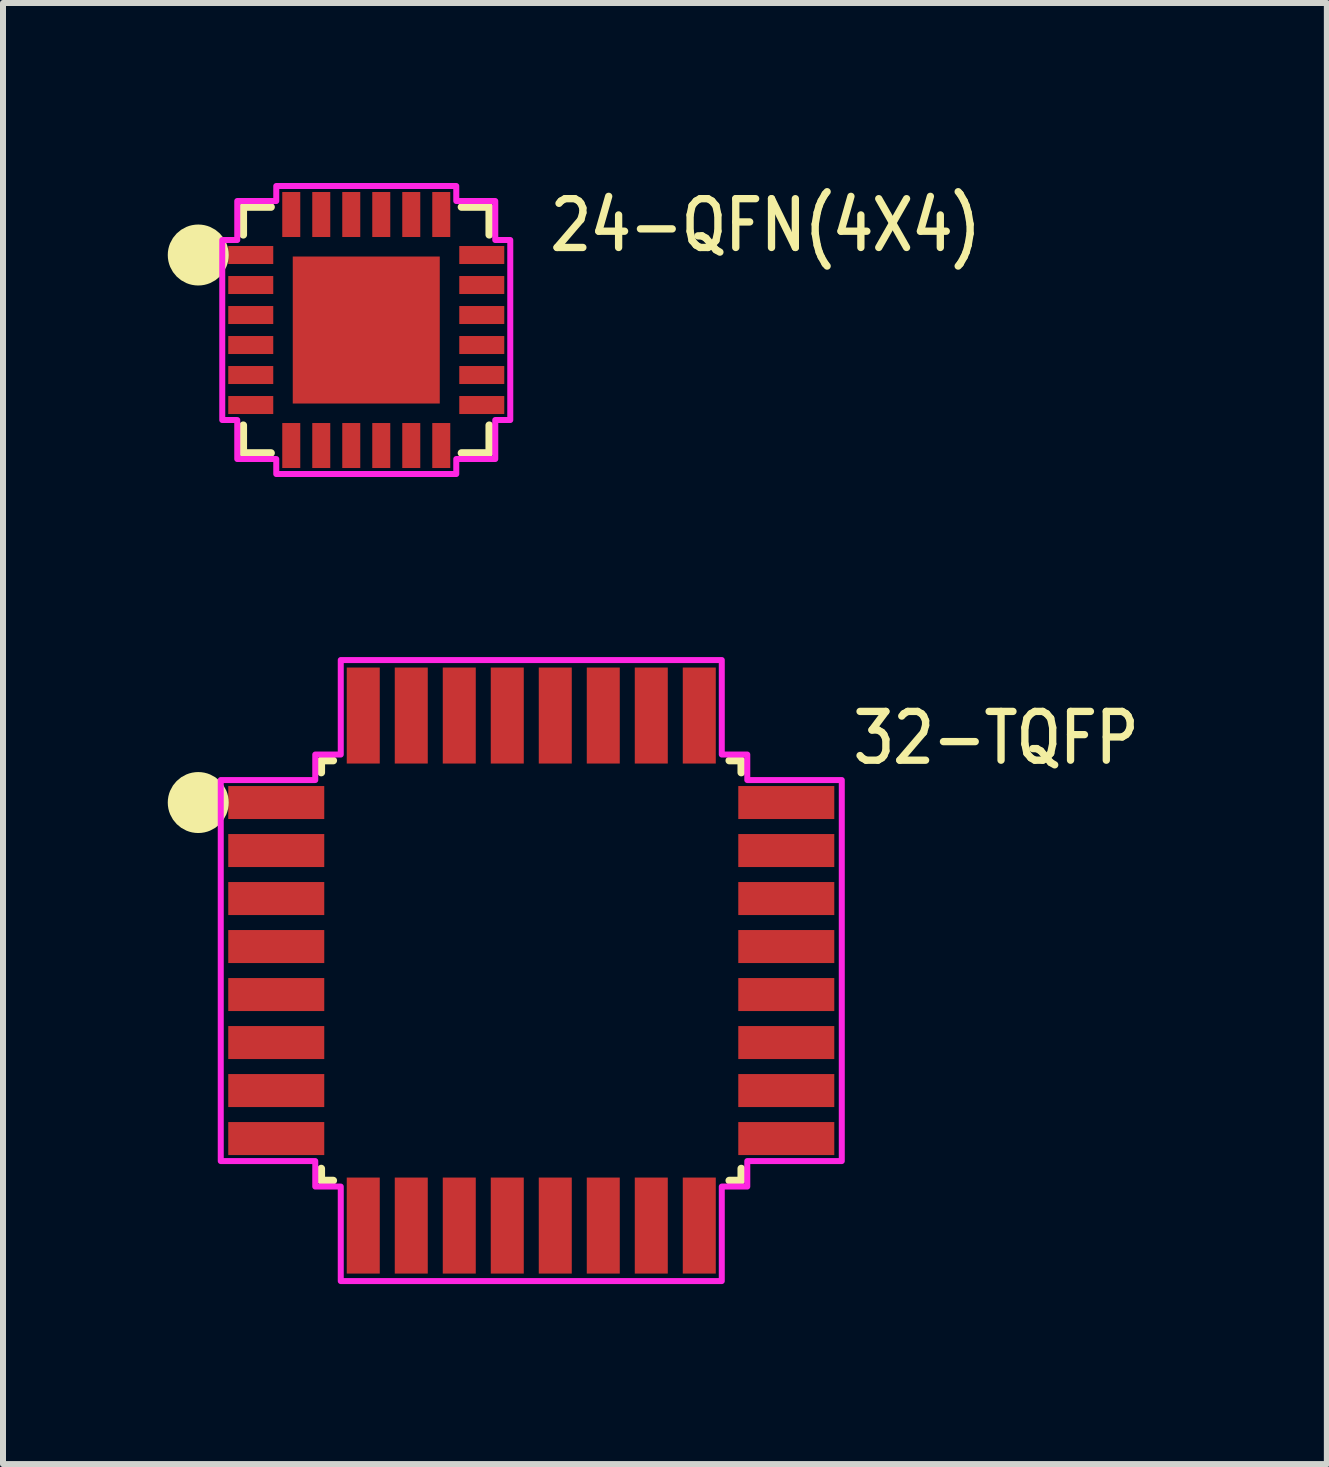
<source format=kicad_pcb>
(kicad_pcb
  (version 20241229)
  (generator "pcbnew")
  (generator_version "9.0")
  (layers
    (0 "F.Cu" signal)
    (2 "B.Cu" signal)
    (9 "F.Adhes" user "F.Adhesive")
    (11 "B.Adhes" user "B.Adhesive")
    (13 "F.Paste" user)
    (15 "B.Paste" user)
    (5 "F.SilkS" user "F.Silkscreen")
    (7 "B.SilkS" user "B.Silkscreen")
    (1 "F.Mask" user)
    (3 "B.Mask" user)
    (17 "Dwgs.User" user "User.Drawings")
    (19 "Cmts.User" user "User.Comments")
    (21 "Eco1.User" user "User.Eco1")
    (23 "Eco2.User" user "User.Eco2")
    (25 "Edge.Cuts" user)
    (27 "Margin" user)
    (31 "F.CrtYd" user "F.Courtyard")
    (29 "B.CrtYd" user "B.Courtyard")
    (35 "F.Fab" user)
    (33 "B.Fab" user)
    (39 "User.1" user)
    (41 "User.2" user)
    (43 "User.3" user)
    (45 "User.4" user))
  (footprint "24-QFN(4X4)"
    (layer "F.Cu")
    (at 3.054 2.45)
    (property "Reference" "24-QFN(4X4)" (at 3 -1.27 0) (unlocked yes) (layer "F.SilkS") (effects (font (size 0.813 0.695) (thickness 0.122)) (justify left bottom)))
    (fp_line (start -2.05 -2.05) (end -2.05 -1.587) (stroke (width 0.127) (type solid)) (layer "F.SilkS"))
    (fp_line (start -2.05 1.587) (end -2.05 2.05) (stroke (width 0.127) (type solid)) (layer "F.SilkS"))
    (fp_line (start -2.05 2.05) (end -1.587 2.05) (stroke (width 0.127) (type solid)) (layer "F.SilkS"))
    (fp_line (start -1.587 -2.05) (end -2.05 -2.05) (stroke (width 0.127) (type solid)) (layer "F.SilkS"))
    (fp_line (start 1.587 2.05) (end 2.05 2.05) (stroke (width 0.127) (type solid)) (layer "F.SilkS"))
    (fp_line (start 2.05 -2.05) (end 1.587 -2.05) (stroke (width 0.127) (type solid)) (layer "F.SilkS"))
    (fp_line (start 2.05 -1.587) (end 2.05 -2.05) (stroke (width 0.127) (type solid)) (layer "F.SilkS"))
    (fp_line (start 2.05 2.05) (end 2.05 1.587) (stroke (width 0.127) (type solid)) (layer "F.SilkS"))
    (fp_circle (center -2.8 -1.25) (end -2.8 -1.25) (stroke (width 0.508) (type solid)) (fill no) (layer "F.SilkS"))
    (fp_poly (pts (xy -2.4 -1.5) (xy -2.15 -1.5) (xy -2.15 -2.15) (xy -1.5 -2.15) (xy -1.5 -2.4) (xy 1.5 -2.4) (xy 1.5 -2.15) (xy 2.15 -2.15) (xy 2.15 -1.5) (xy 2.4 -1.5) (xy 2.4 1.5) (xy 2.15 1.5) (xy 2.15 2.15) (xy 1.5 2.15) (xy 1.5 2.4) (xy -1.5 2.4) (xy -1.5 2.15) (xy -2.15 2.15) (xy -2.15 1.5) (xy -2.4 1.5)) (stroke (width 0.1) (type solid)) (fill no) (layer "F.CrtYd"))
    (pad "1" smd rect (at -1.925 -1.25) (size 0.75 0.3) (layers "F.Cu" "F.Mask" "F.Paste"))
    (pad "2" smd rect (at -1.925 -0.75) (size 0.75 0.3) (layers "F.Cu" "F.Mask" "F.Paste"))
    (pad "3" smd rect (at -1.925 -0.25) (size 0.75 0.3) (layers "F.Cu" "F.Mask" "F.Paste"))
    (pad "4" smd rect (at -1.925 0.25) (size 0.75 0.3) (layers "F.Cu" "F.Mask" "F.Paste"))
    (pad "5" smd rect (at -1.925 0.75) (size 0.75 0.3) (layers "F.Cu" "F.Mask" "F.Paste"))
    (pad "6" smd rect (at -1.925 1.25) (size 0.75 0.3) (layers "F.Cu" "F.Mask" "F.Paste"))
    (pad "7" smd rect (at -1.25 1.925) (size 0.3 0.75) (layers "F.Cu" "F.Mask" "F.Paste"))
    (pad "8" smd rect (at -0.75 1.925) (size 0.3 0.75) (layers "F.Cu" "F.Mask" "F.Paste"))
    (pad "9" smd rect (at -0.25 1.925) (size 0.3 0.75) (layers "F.Cu" "F.Mask" "F.Paste"))
    (pad "10" smd rect (at 0.25 1.925) (size 0.3 0.75) (layers "F.Cu" "F.Mask" "F.Paste"))
    (pad "11" smd rect (at 0.75 1.925) (size 0.3 0.75) (layers "F.Cu" "F.Mask" "F.Paste"))
    (pad "12" smd rect (at 1.25 1.925) (size 0.3 0.75) (layers "F.Cu" "F.Mask" "F.Paste"))
    (pad "13" smd rect (at 1.925 1.25) (size 0.75 0.3) (layers "F.Cu" "F.Mask" "F.Paste"))
    (pad "14" smd rect (at 1.925 0.75) (size 0.75 0.3) (layers "F.Cu" "F.Mask" "F.Paste"))
    (pad "15" smd rect (at 1.925 0.25) (size 0.75 0.3) (layers "F.Cu" "F.Mask" "F.Paste"))
    (pad "16" smd rect (at 1.925 -0.25) (size 0.75 0.3) (layers "F.Cu" "F.Mask" "F.Paste"))
    (pad "17" smd rect (at 1.925 -0.75) (size 0.75 0.3) (layers "F.Cu" "F.Mask" "F.Paste"))
    (pad "18" smd rect (at 1.925 -1.25) (size 0.75 0.3) (layers "F.Cu" "F.Mask" "F.Paste"))
    (pad "19" smd rect (at 1.25 -1.925) (size 0.3 0.75) (layers "F.Cu" "F.Mask" "F.Paste"))
    (pad "20" smd rect (at 0.75 -1.925) (size 0.3 0.75) (layers "F.Cu" "F.Mask" "F.Paste"))
    (pad "21" smd rect (at 0.25 -1.925) (size 0.3 0.75) (layers "F.Cu" "F.Mask" "F.Paste"))
    (pad "22" smd rect (at -0.25 -1.925) (size 0.3 0.75) (layers "F.Cu" "F.Mask" "F.Paste"))
    (pad "23" smd rect (at -0.75 -1.925) (size 0.3 0.75) (layers "F.Cu" "F.Mask" "F.Paste"))
    (pad "24" smd rect (at -1.25 -1.925) (size 0.3 0.75) (layers "F.Cu" "F.Mask" "F.Paste"))
    (pad "25" smd rect (at 0 0) (size 2.45 2.45) (layers "F.Cu" "F.Mask" "F.Paste")))
  (footprint "32-TQFP"
    (layer "F.Cu")
    (at 5.804 13.125)
    (property "Reference" "32-TQFP" (at 5.3 -3.4 0) (unlocked yes) (layer "F.SilkS") (effects (font (size 0.813 0.695) (thickness 0.122)) (justify left bottom)))
    (fp_line (start -3.5 -3.5) (end -3.3 -3.5) (stroke (width 0.127) (type solid)) (layer "F.SilkS"))
    (fp_line (start -3.5 -3.3) (end -3.5 -3.5) (stroke (width 0.127) (type solid)) (layer "F.SilkS"))
    (fp_line (start -3.5 3.5) (end -3.5 3.3) (stroke (width 0.127) (type solid)) (layer "F.SilkS"))
    (fp_line (start -3.5 3.5) (end -3.3 3.5) (stroke (width 0.127) (type solid)) (layer "F.SilkS"))
    (fp_line (start 3.5 -3.5) (end 3.3 -3.5) (stroke (width 0.127) (type solid)) (layer "F.SilkS"))
    (fp_line (start 3.5 -3.5) (end 3.5 -3.3) (stroke (width 0.127) (type solid)) (layer "F.SilkS"))
    (fp_line (start 3.5 3.5) (end 3.3 3.5) (stroke (width 0.127) (type solid)) (layer "F.SilkS"))
    (fp_line (start 3.5 3.5) (end 3.5 3.3) (stroke (width 0.127) (type solid)) (layer "F.SilkS"))
    (fp_circle (center -5.55 -2.8) (end -5.55 -2.8) (stroke (width 0.508) (type solid)) (fill no) (layer "F.SilkS"))
    (fp_poly (pts (xy -5.175 -3.175) (xy -3.6 -3.175) (xy -3.6 -3.6) (xy -3.175 -3.6) (xy -3.175 -5.175) (xy 3.175 -5.175) (xy 3.175 -3.6) (xy 3.6 -3.6) (xy 3.6 -3.175) (xy 5.175 -3.175) (xy 5.175 3.175) (xy 3.6 3.175) (xy 3.6 3.6) (xy 3.175 3.6) (xy 3.175 5.175) (xy -3.175 5.175) (xy -3.175 3.6) (xy -3.6 3.6) (xy -3.6 3.175) (xy -5.175 3.175)) (stroke (width 0.1) (type solid)) (fill no) (layer "F.CrtYd"))
    (pad "1" smd rect (at -4.25 -2.8) (size 1.6 0.55) (layers "F.Cu" "F.Mask" "F.Paste"))
    (pad "2" smd rect (at -4.25 -2) (size 1.6 0.55) (layers "F.Cu" "F.Mask" "F.Paste"))
    (pad "3" smd rect (at -4.25 -1.2) (size 1.6 0.55) (layers "F.Cu" "F.Mask" "F.Paste"))
    (pad "4" smd rect (at -4.25 -0.4) (size 1.6 0.55) (layers "F.Cu" "F.Mask" "F.Paste"))
    (pad "5" smd rect (at -4.25 0.4) (size 1.6 0.55) (layers "F.Cu" "F.Mask" "F.Paste"))
    (pad "6" smd rect (at -4.25 1.2) (size 1.6 0.55) (layers "F.Cu" "F.Mask" "F.Paste"))
    (pad "7" smd rect (at -4.25 2) (size 1.6 0.55) (layers "F.Cu" "F.Mask" "F.Paste"))
    (pad "8" smd rect (at -4.25 2.8) (size 1.6 0.55) (layers "F.Cu" "F.Mask" "F.Paste"))
    (pad "9" smd rect (at -2.8 4.25) (size 0.55 1.6) (layers "F.Cu" "F.Mask" "F.Paste"))
    (pad "10" smd rect (at -2 4.25) (size 0.55 1.6) (layers "F.Cu" "F.Mask" "F.Paste"))
    (pad "11" smd rect (at -1.2 4.25) (size 0.55 1.6) (layers "F.Cu" "F.Mask" "F.Paste"))
    (pad "12" smd rect (at -0.4 4.25) (size 0.55 1.6) (layers "F.Cu" "F.Mask" "F.Paste"))
    (pad "13" smd rect (at 0.4 4.25) (size 0.55 1.6) (layers "F.Cu" "F.Mask" "F.Paste"))
    (pad "14" smd rect (at 1.2 4.25) (size 0.55 1.6) (layers "F.Cu" "F.Mask" "F.Paste"))
    (pad "15" smd rect (at 2 4.25) (size 0.55 1.6) (layers "F.Cu" "F.Mask" "F.Paste"))
    (pad "16" smd rect (at 2.8 4.25) (size 0.55 1.6) (layers "F.Cu" "F.Mask" "F.Paste"))
    (pad "17" smd rect (at 4.25 2.8) (size 1.6 0.55) (layers "F.Cu" "F.Mask" "F.Paste"))
    (pad "18" smd rect (at 4.25 2) (size 1.6 0.55) (layers "F.Cu" "F.Mask" "F.Paste"))
    (pad "19" smd rect (at 4.25 1.2) (size 1.6 0.55) (layers "F.Cu" "F.Mask" "F.Paste"))
    (pad "20" smd rect (at 4.25 0.4) (size 1.6 0.55) (layers "F.Cu" "F.Mask" "F.Paste"))
    (pad "21" smd rect (at 4.25 -0.4) (size 1.6 0.55) (layers "F.Cu" "F.Mask" "F.Paste"))
    (pad "22" smd rect (at 4.25 -1.2) (size 1.6 0.55) (layers "F.Cu" "F.Mask" "F.Paste"))
    (pad "23" smd rect (at 4.25 -2) (size 1.6 0.55) (layers "F.Cu" "F.Mask" "F.Paste"))
    (pad "24" smd rect (at 4.25 -2.8) (size 1.6 0.55) (layers "F.Cu" "F.Mask" "F.Paste"))
    (pad "25" smd rect (at 2.8 -4.25) (size 0.55 1.6) (layers "F.Cu" "F.Mask" "F.Paste"))
    (pad "26" smd rect (at 2 -4.25) (size 0.55 1.6) (layers "F.Cu" "F.Mask" "F.Paste"))
    (pad "27" smd rect (at 1.2 -4.25) (size 0.55 1.6) (layers "F.Cu" "F.Mask" "F.Paste"))
    (pad "28" smd rect (at 0.4 -4.25) (size 0.55 1.6) (layers "F.Cu" "F.Mask" "F.Paste"))
    (pad "29" smd rect (at -0.4 -4.25) (size 0.55 1.6) (layers "F.Cu" "F.Mask" "F.Paste"))
    (pad "30" smd rect (at -1.2 -4.25) (size 0.55 1.6) (layers "F.Cu" "F.Mask" "F.Paste"))
    (pad "31" smd rect (at -2 -4.25) (size 0.55 1.6) (layers "F.Cu" "F.Mask" "F.Paste"))
    (pad "32" smd rect (at -2.8 -4.25) (size 0.55 1.6) (layers "F.Cu" "F.Mask" "F.Paste")))
  (gr_rect
    (start -3 -3)
    (end 19.063 21.35)
    (stroke (width 0.1) (type default))
    (fill no)
    (layer "Edge.Cuts")))
</source>
